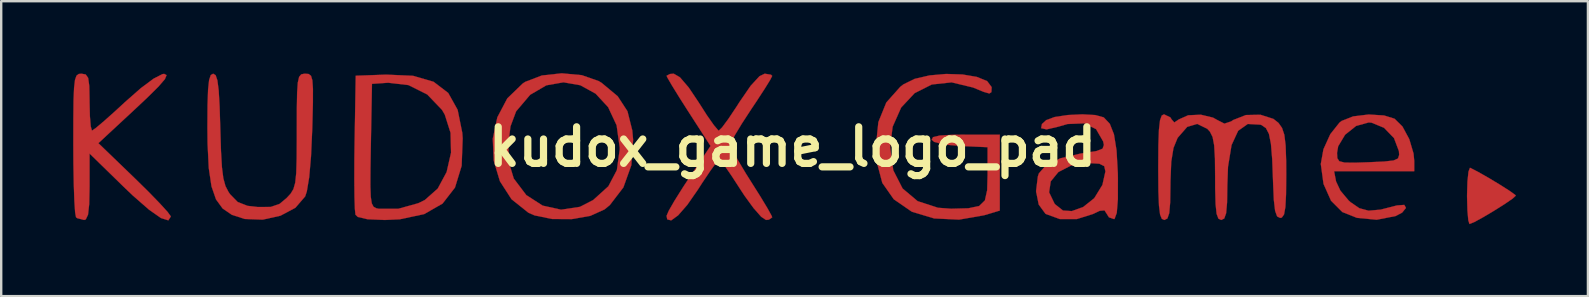
<source format=kicad_pcb>
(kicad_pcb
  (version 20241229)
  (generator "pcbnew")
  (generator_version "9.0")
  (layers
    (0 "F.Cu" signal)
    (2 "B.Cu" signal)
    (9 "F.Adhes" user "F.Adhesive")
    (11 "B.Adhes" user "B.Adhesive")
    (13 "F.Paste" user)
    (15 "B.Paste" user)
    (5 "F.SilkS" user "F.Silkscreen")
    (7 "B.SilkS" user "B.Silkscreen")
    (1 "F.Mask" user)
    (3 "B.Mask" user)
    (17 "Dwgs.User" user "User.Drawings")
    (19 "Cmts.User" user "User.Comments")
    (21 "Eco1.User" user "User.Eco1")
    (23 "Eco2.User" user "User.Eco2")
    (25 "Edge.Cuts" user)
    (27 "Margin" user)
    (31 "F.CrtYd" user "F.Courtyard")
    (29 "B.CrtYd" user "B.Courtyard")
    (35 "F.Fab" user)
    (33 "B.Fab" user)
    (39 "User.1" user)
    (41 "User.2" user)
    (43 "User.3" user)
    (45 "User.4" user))
  (footprint "kudox_game_logo_pad"
    (layer "F.Cu")
    (at 29.977 3.069)
    (property "Reference" "kudox_game_logo_pad" (at 0 0 0) (layer "F.SilkS") (effects (font (size 1.524 1.524) (thickness 0.3))))
    (attr through_hole)
    (fp_poly (pts (xy 28.238 0.875) (xy 28.562 1.04) (xy 29.003 1.291) (xy 29.47 1.572) (xy 29.869 1.826) (xy 30.11 1.998) (xy 30.141 2.035) (xy 30.009 2.156) (xy 29.675 2.385) (xy 29.234 2.663) (xy 28.78 2.933) (xy 28.407 3.137) (xy 28.21 3.217) (xy 28.161 3.062) (xy 28.125 2.654) (xy 28.109 2.077) (xy 28.109 2.018) (xy 28.126 1.44) (xy 28.169 1.032) (xy 28.23 0.874) (xy 28.238 0.875)) (stroke (width 0.01) (type solid)) (fill yes) (layer "F.Cu"))
    (fp_poly (pts (xy -15.815 -2.96) (xy -14.96 -2.712) (xy -14.348 -2.245) (xy -13.956 -1.542) (xy -13.763 -0.586) (xy -13.746 -0.356) (xy -13.789 0.792) (xy -14.066 1.696) (xy -14.584 2.364) (xy -15.35 2.803) (xy -16.37 3.02) (xy -16.992 3.048) (xy -17.714 3.017) (xy -18.117 2.921) (xy -18.213 2.83) (xy -18.238 2.594) (xy -18.255 2.081) (xy -18.259 1.622) (xy -17.593 1.622) (xy -17.576 2.081) (xy -17.534 2.356) (xy -17.459 2.499) (xy -17.344 2.56) (xy -17.234 2.583) (xy -16.433 2.582) (xy -15.598 2.35) (xy -15.325 2.217) (xy -14.785 1.739) (xy -14.415 1.051) (xy -14.231 0.245) (xy -14.251 -0.584) (xy -14.493 -1.345) (xy -14.608 -1.541) (xy -15.223 -2.182) (xy -16.005 -2.573) (xy -16.849 -2.671) (xy -17.526 -2.625) (xy -17.573 -0.055) (xy -17.589 0.927) (xy -17.593 1.622) (xy -18.259 1.622) (xy -18.262 1.353) (xy -18.259 0.473) (xy -18.25 -0.176) (xy -18.203 -2.963) (xy -16.933 -3.009) (xy -15.815 -2.96)) (stroke (width 0.01) (type solid)) (fill yes) (layer "F.Cu"))
    (fp_poly (pts (xy -8.781 -2.986) (xy -8.076 -2.74) (xy -7.957 -2.667) (xy -7.286 -2.108) (xy -6.879 -1.483) (xy -6.679 -0.687) (xy -6.643 -0.295) (xy -6.717 0.763) (xy -7.049 1.69) (xy -7.613 2.426) (xy -7.833 2.607) (xy -8.427 2.876) (xy -9.201 3.012) (xy -10.02 3.007) (xy -10.751 2.857) (xy -11.007 2.745) (xy -11.711 2.183) (xy -12.194 1.434) (xy -12.455 0.568) (xy -12.481 -0.073) (xy -11.85 -0.073) (xy -11.803 0.708) (xy -11.617 1.321) (xy -11.096 2.01) (xy -10.415 2.449) (xy -9.646 2.619) (xy -8.859 2.5) (xy -8.308 2.217) (xy -7.674 1.643) (xy -7.321 0.971) (xy -7.203 0.112) (xy -7.202 0.033) (xy -7.331 -0.897) (xy -7.684 -1.653) (xy -8.206 -2.216) (xy -8.845 -2.567) (xy -9.547 -2.689) (xy -10.261 -2.563) (xy -10.933 -2.17) (xy -11.51 -1.491) (xy -11.522 -1.472) (xy -11.754 -0.852) (xy -11.85 -0.073) (xy -12.481 -0.073) (xy -12.492 -0.344) (xy -12.302 -1.23) (xy -11.886 -2.02) (xy -11.241 -2.642) (xy -11.135 -2.71) (xy -10.447 -2.973) (xy -9.617 -3.064) (xy -8.781 -2.986)) (stroke (width 0.01) (type solid)) (fill yes) (layer "F.Cu"))
    (fp_poly (pts (xy 7.083 -3.015) (xy 7.679 -2.915) (xy 8.109 -2.74) (xy 8.295 -2.493) (xy 8.297 -2.46) (xy 8.287 -2.279) (xy 8.201 -2.223) (xy 7.958 -2.293) (xy 7.52 -2.473) (xy 6.63 -2.687) (xy 5.803 -2.598) (xy 5.087 -2.237) (xy 4.527 -1.639) (xy 4.172 -0.839) (xy 4.065 0) (xy 4.198 0.977) (xy 4.586 1.736) (xy 5.212 2.263) (xy 6.061 2.539) (xy 6.608 2.579) (xy 7.329 2.56) (xy 7.777 2.465) (xy 8.016 2.233) (xy 8.111 1.804) (xy 8.128 1.182) (xy 8.128 0.015) (xy 6.998 -0.035) (xy 6.314 -0.096) (xy 5.902 -0.205) (xy 5.799 -0.296) (xy 5.855 -0.405) (xy 6.136 -0.471) (xy 6.686 -0.503) (xy 7.183 -0.508) (xy 8.636 -0.508) (xy 8.636 2.656) (xy 7.981 2.852) (xy 6.941 3.033) (xy 5.902 2.984) (xy 4.991 2.71) (xy 4.957 2.694) (xy 4.219 2.185) (xy 3.741 1.502) (xy 3.505 0.609) (xy 3.471 0) (xy 3.577 -1.033) (xy 3.908 -1.848) (xy 4.489 -2.5) (xy 4.62 -2.602) (xy 5.091 -2.833) (xy 5.711 -2.977) (xy 6.401 -3.037) (xy 7.083 -3.015)) (stroke (width 0.01) (type solid)) (fill yes) (layer "F.Cu"))
    (fp_poly (pts (xy 24.653 -1.307) (xy 25.087 -1.172) (xy 25.417 -0.847) (xy 25.702 -0.319) (xy 25.879 0.279) (xy 25.908 0.587) (xy 25.908 1.016) (xy 22.568 1.016) (xy 22.65 1.441) (xy 22.831 1.827) (xy 23.173 2.234) (xy 23.252 2.305) (xy 23.622 2.559) (xy 24.006 2.661) (xy 24.504 2.617) (xy 25.188 2.442) (xy 25.495 2.419) (xy 25.563 2.546) (xy 25.405 2.74) (xy 25.135 2.883) (xy 24.343 3.038) (xy 23.521 2.96) (xy 22.913 2.718) (xy 22.44 2.245) (xy 22.127 1.544) (xy 22.014 0.714) (xy 22.097 0.253) (xy 22.691 0.253) (xy 22.702 0.473) (xy 22.785 0.6) (xy 23.007 0.656) (xy 23.441 0.661) (xy 24.003 0.642) (xy 24.661 0.612) (xy 25.048 0.568) (xy 25.232 0.484) (xy 25.28 0.335) (xy 25.269 0.176) (xy 25.064 -0.365) (xy 24.649 -0.793) (xy 24.13 -1.007) (xy 24.008 -1.016) (xy 23.486 -0.871) (xy 23.027 -0.506) (xy 22.738 -0.024) (xy 22.691 0.253) (xy 22.097 0.253) (xy 22.125 0.1) (xy 22.41 -0.527) (xy 22.791 -1.008) (xy 22.88 -1.079) (xy 23.363 -1.269) (xy 24.007 -1.347) (xy 24.653 -1.307)) (stroke (width 0.01) (type solid)) (fill yes) (layer "F.Cu"))
    (fp_poly (pts (xy -29.455 -3.016) (xy -29.353 -2.872) (xy -29.307 -2.543) (xy -29.295 -1.957) (xy -29.295 -1.863) (xy -29.281 -1.278) (xy -29.246 -0.855) (xy -29.196 -0.678) (xy -29.192 -0.677) (xy -29.033 -0.786) (xy -28.685 -1.079) (xy -28.206 -1.507) (xy -27.82 -1.863) (xy -27.161 -2.443) (xy -26.626 -2.842) (xy -26.259 -3.03) (xy -26.187 -3.041) (xy -26.085 -2.989) (xy -26.155 -2.822) (xy -26.422 -2.512) (xy -26.909 -2.031) (xy -27.375 -1.593) (xy -28.927 -0.153) (xy -27.417 1.303) (xy -26.84 1.87) (xy -26.365 2.359) (xy -26.039 2.718) (xy -25.909 2.898) (xy -25.908 2.903) (xy -26.012 3.064) (xy -26.318 2.968) (xy -26.815 2.621) (xy -27.493 2.029) (xy -27.876 1.663) (xy -29.295 0.279) (xy -29.295 1.663) (xy -29.31 2.39) (xy -29.359 2.827) (xy -29.452 3.024) (xy -29.52 3.048) (xy -29.808 2.973) (xy -29.859 2.935) (xy -29.896 2.737) (xy -29.928 2.257) (xy -29.952 1.553) (xy -29.968 0.682) (xy -29.972 -0.113) (xy -29.97 -1.173) (xy -29.962 -1.942) (xy -29.94 -2.466) (xy -29.901 -2.791) (xy -29.839 -2.966) (xy -29.748 -3.036) (xy -29.633 -3.048) (xy -29.455 -3.016)) (stroke (width 0.01) (type solid)) (fill yes) (layer "F.Cu"))
    (fp_poly (pts (xy -24.041 -2.986) (xy -23.967 -2.767) (xy -23.913 -2.347) (xy -23.875 -1.678) (xy -23.847 -0.774) (xy -23.818 0.173) (xy -23.779 0.846) (xy -23.72 1.311) (xy -23.631 1.635) (xy -23.503 1.882) (xy -23.436 1.978) (xy -23.121 2.3) (xy -22.715 2.458) (xy -22.294 2.507) (xy -21.747 2.505) (xy -21.377 2.378) (xy -21.084 2.134) (xy -20.915 1.952) (xy -20.799 1.759) (xy -20.724 1.494) (xy -20.682 1.093) (xy -20.664 0.497) (xy -20.659 -0.359) (xy -20.659 -0.67) (xy -20.657 -1.609) (xy -20.645 -2.261) (xy -20.616 -2.679) (xy -20.562 -2.915) (xy -20.475 -3.02) (xy -20.348 -3.047) (xy -20.304 -3.048) (xy -20.163 -3.035) (xy -20.067 -2.961) (xy -20.01 -2.773) (xy -19.986 -2.418) (xy -19.987 -1.845) (xy -20.008 -0.999) (xy -20.016 -0.72) (xy -20.066 0.395) (xy -20.142 1.266) (xy -20.241 1.858) (xy -20.31 2.066) (xy -20.717 2.539) (xy -21.34 2.87) (xy -22.079 3.034) (xy -22.832 3.006) (xy -23.368 2.831) (xy -23.748 2.571) (xy -24.025 2.191) (xy -24.214 1.645) (xy -24.327 0.885) (xy -24.377 -0.138) (xy -24.384 -0.804) (xy -24.378 -1.739) (xy -24.356 -2.383) (xy -24.313 -2.784) (xy -24.244 -2.99) (xy -24.143 -3.048) (xy -24.143 -3.048) (xy -24.041 -2.986)) (stroke (width 0.01) (type solid)) (fill yes) (layer "F.Cu"))
    (fp_poly (pts (xy -0.898 -3.006) (xy -0.847 -2.956) (xy -0.935 -2.784) (xy -1.173 -2.4) (xy -1.518 -1.872) (xy -1.722 -1.567) (xy -2.106 -0.978) (xy -2.405 -0.485) (xy -2.574 -0.16) (xy -2.596 -0.085) (xy -2.51 0.13) (xy -2.277 0.555) (xy -1.94 1.118) (xy -1.722 1.464) (xy -1.345 2.062) (xy -1.049 2.552) (xy -0.876 2.865) (xy -0.847 2.938) (xy -0.985 3.035) (xy -1.105 3.048) (xy -1.307 2.913) (xy -1.624 2.553) (xy -2.002 2.034) (xy -2.164 1.787) (xy -2.529 1.224) (xy -2.828 0.788) (xy -3.014 0.546) (xy -3.048 0.517) (xy -3.17 0.646) (xy -3.426 0.999) (xy -3.769 1.51) (xy -3.941 1.778) (xy -4.386 2.418) (xy -4.768 2.855) (xy -5.057 3.065) (xy -5.222 3.023) (xy -5.249 2.874) (xy -5.16 2.667) (xy -4.921 2.25) (xy -4.572 1.695) (xy -4.333 1.332) (xy -3.417 -0.036) (xy -4.333 -1.456) (xy -4.72 -2.063) (xy -5.026 -2.559) (xy -5.212 -2.879) (xy -5.249 -2.962) (xy -5.109 -3.035) (xy -4.95 -3.048) (xy -4.692 -2.898) (xy -4.326 -2.471) (xy -3.918 -1.863) (xy -3.569 -1.317) (xy -3.279 -0.904) (xy -3.099 -0.692) (xy -3.072 -0.677) (xy -2.935 -0.811) (xy -2.672 -1.166) (xy -2.332 -1.676) (xy -2.213 -1.863) (xy -1.745 -2.544) (xy -1.377 -2.943) (xy -1.158 -3.048) (xy -0.898 -3.006)) (stroke (width 0.01) (type solid)) (fill yes) (layer "F.Cu"))
    (fp_poly (pts (xy 12.62 -1.324) (xy 12.967 -1.228) (xy 12.971 -1.225) (xy 13.222 -0.959) (xy 13.395 -0.52) (xy 13.502 0.144) (xy 13.555 1.084) (xy 13.559 1.274) (xy 13.558 2.177) (xy 13.512 2.75) (xy 13.42 3.001) (xy 13.401 3.012) (xy 13.185 2.937) (xy 13.107 2.812) (xy 13.001 2.648) (xy 12.803 2.665) (xy 12.523 2.798) (xy 11.845 3.011) (xy 11.143 3.011) (xy 10.558 2.799) (xy 10.536 2.784) (xy 10.259 2.405) (xy 10.157 1.896) (xy 10.692 1.896) (xy 10.917 2.364) (xy 10.948 2.4) (xy 11.27 2.654) (xy 11.638 2.678) (xy 12.112 2.507) (xy 12.573 2.14) (xy 12.913 1.587) (xy 13.039 1.024) (xy 12.99 0.805) (xy 12.784 0.703) (xy 12.335 0.677) (xy 12.3 0.677) (xy 11.604 0.78) (xy 11.077 1.052) (xy 10.759 1.441) (xy 10.692 1.896) (xy 10.157 1.896) (xy 10.148 1.847) (xy 10.222 1.238) (xy 10.265 1.108) (xy 10.569 0.76) (xy 11.164 0.477) (xy 12.007 0.279) (xy 12.156 0.257) (xy 12.671 0.174) (xy 12.92 0.076) (xy 12.976 -0.079) (xy 12.943 -0.228) (xy 12.649 -0.738) (xy 12.152 -0.979) (xy 11.46 -0.951) (xy 11.023 -0.827) (xy 10.586 -0.727) (xy 10.361 -0.778) (xy 10.393 -0.95) (xy 10.574 -1.115) (xy 10.921 -1.243) (xy 11.466 -1.325) (xy 12.076 -1.354) (xy 12.62 -1.324)) (stroke (width 0.01) (type solid)) (fill yes) (layer "F.Cu"))
    (fp_poly (pts (xy 15.746 -1.227) (xy 15.797 -1.143) (xy 15.91 -1.016) (xy 16.099 -1.143) (xy 16.486 -1.315) (xy 17.014 -1.339) (xy 17.524 -1.217) (xy 17.701 -1.118) (xy 17.998 -0.967) (xy 18.278 -1.06) (xy 18.364 -1.118) (xy 18.891 -1.325) (xy 19.499 -1.337) (xy 20.039 -1.165) (xy 20.251 -0.998) (xy 20.399 -0.788) (xy 20.495 -0.501) (xy 20.548 -0.065) (xy 20.571 0.591) (xy 20.574 1.161) (xy 20.566 1.979) (xy 20.538 2.513) (xy 20.482 2.818) (xy 20.391 2.947) (xy 20.32 2.963) (xy 20.194 2.899) (xy 20.11 2.667) (xy 20.057 2.212) (xy 20.025 1.477) (xy 20.024 1.439) (xy 19.989 0.515) (xy 19.936 -0.126) (xy 19.853 -0.54) (xy 19.727 -0.781) (xy 19.547 -0.906) (xy 19.497 -0.924) (xy 18.971 -0.953) (xy 18.57 -0.669) (xy 18.295 -0.073) (xy 18.147 0.833) (xy 18.119 1.6) (xy 18.108 2.322) (xy 18.069 2.765) (xy 17.991 2.987) (xy 17.865 3.048) (xy 17.748 2.993) (xy 17.672 2.792) (xy 17.63 2.389) (xy 17.612 1.729) (xy 17.611 1.296) (xy 17.603 0.484) (xy 17.571 -0.062) (xy 17.505 -0.41) (xy 17.393 -0.634) (xy 17.284 -0.751) (xy 16.865 -0.956) (xy 16.447 -0.832) (xy 16.056 -0.385) (xy 16.039 -0.355) (xy 15.875 0.048) (xy 15.782 0.619) (xy 15.749 1.437) (xy 15.748 1.592) (xy 15.737 2.317) (xy 15.699 2.761) (xy 15.621 2.986) (xy 15.496 3.048) (xy 15.494 3.048) (xy 15.388 2.999) (xy 15.316 2.818) (xy 15.271 2.456) (xy 15.247 1.862) (xy 15.24 0.987) (xy 15.24 0.847) (xy 15.246 -0.079) (xy 15.269 -0.714) (xy 15.314 -1.106) (xy 15.385 -1.304) (xy 15.48 -1.355) (xy 15.746 -1.227)) (stroke (width 0.01) (type solid)) (fill yes) (layer "F.Cu"))
    (fp_poly (pts (xy 28.238 0.875) (xy 28.562 1.04) (xy 29.003 1.291) (xy 29.47 1.572) (xy 29.869 1.826) (xy 30.11 1.998) (xy 30.141 2.035) (xy 30.009 2.156) (xy 29.675 2.385) (xy 29.234 2.663) (xy 28.78 2.933) (xy 28.407 3.137) (xy 28.21 3.217) (xy 28.161 3.062) (xy 28.125 2.654) (xy 28.109 2.077) (xy 28.109 2.018) (xy 28.126 1.44) (xy 28.169 1.032) (xy 28.23 0.874) (xy 28.238 0.875)) (stroke (width 0.01) (type solid)) (fill yes) (layer "F.Mask"))
    (fp_poly (pts (xy -15.815 -2.96) (xy -14.96 -2.712) (xy -14.348 -2.245) (xy -13.956 -1.542) (xy -13.763 -0.586) (xy -13.746 -0.356) (xy -13.789 0.792) (xy -14.066 1.696) (xy -14.584 2.364) (xy -15.35 2.803) (xy -16.37 3.02) (xy -16.992 3.048) (xy -17.714 3.017) (xy -18.117 2.921) (xy -18.213 2.83) (xy -18.238 2.594) (xy -18.255 2.081) (xy -18.259 1.622) (xy -17.593 1.622) (xy -17.576 2.081) (xy -17.534 2.356) (xy -17.459 2.499) (xy -17.344 2.56) (xy -17.234 2.583) (xy -16.433 2.582) (xy -15.598 2.35) (xy -15.325 2.217) (xy -14.785 1.739) (xy -14.415 1.051) (xy -14.231 0.245) (xy -14.251 -0.584) (xy -14.493 -1.345) (xy -14.608 -1.541) (xy -15.223 -2.182) (xy -16.005 -2.573) (xy -16.849 -2.671) (xy -17.526 -2.625) (xy -17.573 -0.055) (xy -17.589 0.927) (xy -17.593 1.622) (xy -18.259 1.622) (xy -18.262 1.353) (xy -18.259 0.473) (xy -18.25 -0.176) (xy -18.203 -2.963) (xy -16.933 -3.009) (xy -15.815 -2.96)) (stroke (width 0.01) (type solid)) (fill yes) (layer "F.Mask"))
    (fp_poly (pts (xy -8.781 -2.986) (xy -8.076 -2.74) (xy -7.957 -2.667) (xy -7.286 -2.108) (xy -6.879 -1.483) (xy -6.679 -0.687) (xy -6.643 -0.295) (xy -6.717 0.763) (xy -7.049 1.69) (xy -7.613 2.426) (xy -7.833 2.607) (xy -8.427 2.876) (xy -9.201 3.012) (xy -10.02 3.007) (xy -10.751 2.857) (xy -11.007 2.745) (xy -11.711 2.183) (xy -12.194 1.434) (xy -12.455 0.568) (xy -12.481 -0.073) (xy -11.85 -0.073) (xy -11.803 0.708) (xy -11.617 1.321) (xy -11.096 2.01) (xy -10.415 2.449) (xy -9.646 2.619) (xy -8.859 2.5) (xy -8.308 2.217) (xy -7.674 1.643) (xy -7.321 0.971) (xy -7.203 0.112) (xy -7.202 0.033) (xy -7.331 -0.897) (xy -7.684 -1.653) (xy -8.206 -2.216) (xy -8.845 -2.567) (xy -9.547 -2.689) (xy -10.261 -2.563) (xy -10.933 -2.17) (xy -11.51 -1.491) (xy -11.522 -1.472) (xy -11.754 -0.852) (xy -11.85 -0.073) (xy -12.481 -0.073) (xy -12.492 -0.344) (xy -12.302 -1.23) (xy -11.886 -2.02) (xy -11.241 -2.642) (xy -11.135 -2.71) (xy -10.447 -2.973) (xy -9.617 -3.064) (xy -8.781 -2.986)) (stroke (width 0.01) (type solid)) (fill yes) (layer "F.Mask"))
    (fp_poly (pts (xy 7.083 -3.015) (xy 7.679 -2.915) (xy 8.109 -2.74) (xy 8.295 -2.493) (xy 8.297 -2.46) (xy 8.287 -2.279) (xy 8.201 -2.223) (xy 7.958 -2.293) (xy 7.52 -2.473) (xy 6.63 -2.687) (xy 5.803 -2.598) (xy 5.087 -2.237) (xy 4.527 -1.639) (xy 4.172 -0.839) (xy 4.065 0) (xy 4.198 0.977) (xy 4.586 1.736) (xy 5.212 2.263) (xy 6.061 2.539) (xy 6.608 2.579) (xy 7.329 2.56) (xy 7.777 2.465) (xy 8.016 2.233) (xy 8.111 1.804) (xy 8.128 1.182) (xy 8.128 0.015) (xy 6.998 -0.035) (xy 6.314 -0.096) (xy 5.902 -0.205) (xy 5.799 -0.296) (xy 5.855 -0.405) (xy 6.136 -0.471) (xy 6.686 -0.503) (xy 7.183 -0.508) (xy 8.636 -0.508) (xy 8.636 2.656) (xy 7.981 2.852) (xy 6.941 3.033) (xy 5.902 2.984) (xy 4.991 2.71) (xy 4.957 2.694) (xy 4.219 2.185) (xy 3.741 1.502) (xy 3.505 0.609) (xy 3.471 0) (xy 3.577 -1.033) (xy 3.908 -1.848) (xy 4.489 -2.5) (xy 4.62 -2.602) (xy 5.091 -2.833) (xy 5.711 -2.977) (xy 6.401 -3.037) (xy 7.083 -3.015)) (stroke (width 0.01) (type solid)) (fill yes) (layer "F.Mask"))
    (fp_poly (pts (xy 24.653 -1.307) (xy 25.087 -1.172) (xy 25.417 -0.847) (xy 25.702 -0.319) (xy 25.879 0.279) (xy 25.908 0.587) (xy 25.908 1.016) (xy 22.568 1.016) (xy 22.65 1.441) (xy 22.831 1.827) (xy 23.173 2.234) (xy 23.252 2.305) (xy 23.622 2.559) (xy 24.006 2.661) (xy 24.504 2.617) (xy 25.188 2.442) (xy 25.495 2.419) (xy 25.563 2.546) (xy 25.405 2.74) (xy 25.135 2.883) (xy 24.343 3.038) (xy 23.521 2.96) (xy 22.913 2.718) (xy 22.44 2.245) (xy 22.127 1.544) (xy 22.014 0.714) (xy 22.097 0.253) (xy 22.691 0.253) (xy 22.702 0.473) (xy 22.785 0.6) (xy 23.007 0.656) (xy 23.441 0.661) (xy 24.003 0.642) (xy 24.661 0.612) (xy 25.048 0.568) (xy 25.232 0.484) (xy 25.28 0.335) (xy 25.269 0.176) (xy 25.064 -0.365) (xy 24.649 -0.793) (xy 24.13 -1.007) (xy 24.008 -1.016) (xy 23.486 -0.871) (xy 23.027 -0.506) (xy 22.738 -0.024) (xy 22.691 0.253) (xy 22.097 0.253) (xy 22.125 0.1) (xy 22.41 -0.527) (xy 22.791 -1.008) (xy 22.88 -1.079) (xy 23.363 -1.269) (xy 24.007 -1.347) (xy 24.653 -1.307)) (stroke (width 0.01) (type solid)) (fill yes) (layer "F.Mask"))
    (fp_poly (pts (xy -29.455 -3.016) (xy -29.353 -2.872) (xy -29.307 -2.543) (xy -29.295 -1.957) (xy -29.295 -1.863) (xy -29.281 -1.278) (xy -29.246 -0.855) (xy -29.196 -0.678) (xy -29.192 -0.677) (xy -29.033 -0.786) (xy -28.685 -1.079) (xy -28.206 -1.507) (xy -27.82 -1.863) (xy -27.161 -2.443) (xy -26.626 -2.842) (xy -26.259 -3.03) (xy -26.187 -3.041) (xy -26.085 -2.989) (xy -26.155 -2.822) (xy -26.422 -2.512) (xy -26.909 -2.031) (xy -27.375 -1.593) (xy -28.927 -0.153) (xy -27.417 1.303) (xy -26.84 1.87) (xy -26.365 2.359) (xy -26.039 2.718) (xy -25.909 2.898) (xy -25.908 2.903) (xy -26.012 3.064) (xy -26.318 2.968) (xy -26.815 2.621) (xy -27.493 2.029) (xy -27.876 1.663) (xy -29.295 0.279) (xy -29.295 1.663) (xy -29.31 2.39) (xy -29.359 2.827) (xy -29.452 3.024) (xy -29.52 3.048) (xy -29.808 2.973) (xy -29.859 2.935) (xy -29.896 2.737) (xy -29.928 2.257) (xy -29.952 1.553) (xy -29.968 0.682) (xy -29.972 -0.113) (xy -29.97 -1.173) (xy -29.962 -1.942) (xy -29.94 -2.466) (xy -29.901 -2.791) (xy -29.839 -2.966) (xy -29.748 -3.036) (xy -29.633 -3.048) (xy -29.455 -3.016)) (stroke (width 0.01) (type solid)) (fill yes) (layer "F.Mask"))
    (fp_poly (pts (xy -24.041 -2.986) (xy -23.967 -2.767) (xy -23.913 -2.347) (xy -23.875 -1.678) (xy -23.847 -0.774) (xy -23.818 0.173) (xy -23.779 0.846) (xy -23.72 1.311) (xy -23.631 1.635) (xy -23.503 1.882) (xy -23.436 1.978) (xy -23.121 2.3) (xy -22.715 2.458) (xy -22.294 2.507) (xy -21.747 2.505) (xy -21.377 2.378) (xy -21.084 2.134) (xy -20.915 1.952) (xy -20.799 1.759) (xy -20.724 1.494) (xy -20.682 1.093) (xy -20.664 0.497) (xy -20.659 -0.359) (xy -20.659 -0.67) (xy -20.657 -1.609) (xy -20.645 -2.261) (xy -20.616 -2.679) (xy -20.562 -2.915) (xy -20.475 -3.02) (xy -20.348 -3.047) (xy -20.304 -3.048) (xy -20.163 -3.035) (xy -20.067 -2.961) (xy -20.01 -2.773) (xy -19.986 -2.418) (xy -19.987 -1.845) (xy -20.008 -0.999) (xy -20.016 -0.72) (xy -20.066 0.395) (xy -20.142 1.266) (xy -20.241 1.858) (xy -20.31 2.066) (xy -20.717 2.539) (xy -21.34 2.87) (xy -22.079 3.034) (xy -22.832 3.006) (xy -23.368 2.831) (xy -23.748 2.571) (xy -24.025 2.191) (xy -24.214 1.645) (xy -24.327 0.885) (xy -24.377 -0.138) (xy -24.384 -0.804) (xy -24.378 -1.739) (xy -24.356 -2.383) (xy -24.313 -2.784) (xy -24.244 -2.99) (xy -24.143 -3.048) (xy -24.143 -3.048) (xy -24.041 -2.986)) (stroke (width 0.01) (type solid)) (fill yes) (layer "F.Mask"))
    (fp_poly (pts (xy -0.898 -3.006) (xy -0.847 -2.956) (xy -0.935 -2.784) (xy -1.173 -2.4) (xy -1.518 -1.872) (xy -1.722 -1.567) (xy -2.106 -0.978) (xy -2.405 -0.485) (xy -2.574 -0.16) (xy -2.596 -0.085) (xy -2.51 0.13) (xy -2.277 0.555) (xy -1.94 1.118) (xy -1.722 1.464) (xy -1.345 2.062) (xy -1.049 2.552) (xy -0.876 2.865) (xy -0.847 2.938) (xy -0.985 3.035) (xy -1.105 3.048) (xy -1.307 2.913) (xy -1.624 2.553) (xy -2.002 2.034) (xy -2.164 1.787) (xy -2.529 1.224) (xy -2.828 0.788) (xy -3.014 0.546) (xy -3.048 0.517) (xy -3.17 0.646) (xy -3.426 0.999) (xy -3.769 1.51) (xy -3.941 1.778) (xy -4.386 2.418) (xy -4.768 2.855) (xy -5.057 3.065) (xy -5.222 3.023) (xy -5.249 2.874) (xy -5.16 2.667) (xy -4.921 2.25) (xy -4.572 1.695) (xy -4.333 1.332) (xy -3.417 -0.036) (xy -4.333 -1.456) (xy -4.72 -2.063) (xy -5.026 -2.559) (xy -5.212 -2.879) (xy -5.249 -2.962) (xy -5.109 -3.035) (xy -4.95 -3.048) (xy -4.692 -2.898) (xy -4.326 -2.471) (xy -3.918 -1.863) (xy -3.569 -1.317) (xy -3.279 -0.904) (xy -3.099 -0.692) (xy -3.072 -0.677) (xy -2.935 -0.811) (xy -2.672 -1.166) (xy -2.332 -1.676) (xy -2.213 -1.863) (xy -1.745 -2.544) (xy -1.377 -2.943) (xy -1.158 -3.048) (xy -0.898 -3.006)) (stroke (width 0.01) (type solid)) (fill yes) (layer "F.Mask"))
    (fp_poly (pts (xy 12.62 -1.324) (xy 12.967 -1.228) (xy 12.971 -1.225) (xy 13.222 -0.959) (xy 13.395 -0.52) (xy 13.502 0.144) (xy 13.555 1.084) (xy 13.559 1.274) (xy 13.558 2.177) (xy 13.512 2.75) (xy 13.42 3.001) (xy 13.401 3.012) (xy 13.185 2.937) (xy 13.107 2.812) (xy 13.001 2.648) (xy 12.803 2.665) (xy 12.523 2.798) (xy 11.845 3.011) (xy 11.143 3.011) (xy 10.558 2.799) (xy 10.536 2.784) (xy 10.259 2.405) (xy 10.157 1.896) (xy 10.692 1.896) (xy 10.917 2.364) (xy 10.948 2.4) (xy 11.27 2.654) (xy 11.638 2.678) (xy 12.112 2.507) (xy 12.573 2.14) (xy 12.913 1.587) (xy 13.039 1.024) (xy 12.99 0.805) (xy 12.784 0.703) (xy 12.335 0.677) (xy 12.3 0.677) (xy 11.604 0.78) (xy 11.077 1.052) (xy 10.759 1.441) (xy 10.692 1.896) (xy 10.157 1.896) (xy 10.148 1.847) (xy 10.222 1.238) (xy 10.265 1.108) (xy 10.569 0.76) (xy 11.164 0.477) (xy 12.007 0.279) (xy 12.156 0.257) (xy 12.671 0.174) (xy 12.92 0.076) (xy 12.976 -0.079) (xy 12.943 -0.228) (xy 12.649 -0.738) (xy 12.152 -0.979) (xy 11.46 -0.951) (xy 11.023 -0.827) (xy 10.586 -0.727) (xy 10.361 -0.778) (xy 10.393 -0.95) (xy 10.574 -1.115) (xy 10.921 -1.243) (xy 11.466 -1.325) (xy 12.076 -1.354) (xy 12.62 -1.324)) (stroke (width 0.01) (type solid)) (fill yes) (layer "F.Mask"))
    (fp_poly (pts (xy 15.746 -1.227) (xy 15.797 -1.143) (xy 15.91 -1.016) (xy 16.099 -1.143) (xy 16.486 -1.315) (xy 17.014 -1.339) (xy 17.524 -1.217) (xy 17.701 -1.118) (xy 17.998 -0.967) (xy 18.278 -1.06) (xy 18.364 -1.118) (xy 18.891 -1.325) (xy 19.499 -1.337) (xy 20.039 -1.165) (xy 20.251 -0.998) (xy 20.399 -0.788) (xy 20.495 -0.501) (xy 20.548 -0.065) (xy 20.571 0.591) (xy 20.574 1.161) (xy 20.566 1.979) (xy 20.538 2.513) (xy 20.482 2.818) (xy 20.391 2.947) (xy 20.32 2.963) (xy 20.194 2.899) (xy 20.11 2.667) (xy 20.057 2.212) (xy 20.025 1.477) (xy 20.024 1.439) (xy 19.989 0.515) (xy 19.936 -0.126) (xy 19.853 -0.54) (xy 19.727 -0.781) (xy 19.547 -0.906) (xy 19.497 -0.924) (xy 18.971 -0.953) (xy 18.57 -0.669) (xy 18.295 -0.073) (xy 18.147 0.833) (xy 18.119 1.6) (xy 18.108 2.322) (xy 18.069 2.765) (xy 17.991 2.987) (xy 17.865 3.048) (xy 17.748 2.993) (xy 17.672 2.792) (xy 17.63 2.389) (xy 17.612 1.729) (xy 17.611 1.296) (xy 17.603 0.484) (xy 17.571 -0.062) (xy 17.505 -0.41) (xy 17.393 -0.634) (xy 17.284 -0.751) (xy 16.865 -0.956) (xy 16.447 -0.832) (xy 16.056 -0.385) (xy 16.039 -0.355) (xy 15.875 0.048) (xy 15.782 0.619) (xy 15.749 1.437) (xy 15.748 1.592) (xy 15.737 2.317) (xy 15.699 2.761) (xy 15.621 2.986) (xy 15.496 3.048) (xy 15.494 3.048) (xy 15.388 2.999) (xy 15.316 2.818) (xy 15.271 2.456) (xy 15.247 1.862) (xy 15.24 0.987) (xy 15.24 0.847) (xy 15.246 -0.079) (xy 15.269 -0.714) (xy 15.314 -1.106) (xy 15.385 -1.304) (xy 15.48 -1.355) (xy 15.746 -1.227)) (stroke (width 0.01) (type solid)) (fill yes) (layer "F.Mask"))
    (fp_poly (pts (xy 28.238 0.875) (xy 28.562 1.04) (xy 29.003 1.291) (xy 29.47 1.572) (xy 29.869 1.826) (xy 30.11 1.998) (xy 30.141 2.035) (xy 30.009 2.156) (xy 29.675 2.385) (xy 29.234 2.663) (xy 28.78 2.933) (xy 28.407 3.137) (xy 28.21 3.217) (xy 28.161 3.062) (xy 28.125 2.654) (xy 28.109 2.077) (xy 28.109 2.018) (xy 28.126 1.44) (xy 28.169 1.032) (xy 28.23 0.874) (xy 28.238 0.875)) (stroke (width 0.01) (type solid)) (fill yes) (layer "F.Paste"))
    (fp_poly (pts (xy -15.815 -2.96) (xy -14.96 -2.712) (xy -14.348 -2.245) (xy -13.956 -1.542) (xy -13.763 -0.586) (xy -13.746 -0.356) (xy -13.789 0.792) (xy -14.066 1.696) (xy -14.584 2.364) (xy -15.35 2.803) (xy -16.37 3.02) (xy -16.992 3.048) (xy -17.714 3.017) (xy -18.117 2.921) (xy -18.213 2.83) (xy -18.238 2.594) (xy -18.255 2.081) (xy -18.259 1.622) (xy -17.593 1.622) (xy -17.576 2.081) (xy -17.534 2.356) (xy -17.459 2.499) (xy -17.344 2.56) (xy -17.234 2.583) (xy -16.433 2.582) (xy -15.598 2.35) (xy -15.325 2.217) (xy -14.785 1.739) (xy -14.415 1.051) (xy -14.231 0.245) (xy -14.251 -0.584) (xy -14.493 -1.345) (xy -14.608 -1.541) (xy -15.223 -2.182) (xy -16.005 -2.573) (xy -16.849 -2.671) (xy -17.526 -2.625) (xy -17.573 -0.055) (xy -17.589 0.927) (xy -17.593 1.622) (xy -18.259 1.622) (xy -18.262 1.353) (xy -18.259 0.473) (xy -18.25 -0.176) (xy -18.203 -2.963) (xy -16.933 -3.009) (xy -15.815 -2.96)) (stroke (width 0.01) (type solid)) (fill yes) (layer "F.Paste"))
    (fp_poly (pts (xy -8.781 -2.986) (xy -8.076 -2.74) (xy -7.957 -2.667) (xy -7.286 -2.108) (xy -6.879 -1.483) (xy -6.679 -0.687) (xy -6.643 -0.295) (xy -6.717 0.763) (xy -7.049 1.69) (xy -7.613 2.426) (xy -7.833 2.607) (xy -8.427 2.876) (xy -9.201 3.012) (xy -10.02 3.007) (xy -10.751 2.857) (xy -11.007 2.745) (xy -11.711 2.183) (xy -12.194 1.434) (xy -12.455 0.568) (xy -12.481 -0.073) (xy -11.85 -0.073) (xy -11.803 0.708) (xy -11.617 1.321) (xy -11.096 2.01) (xy -10.415 2.449) (xy -9.646 2.619) (xy -8.859 2.5) (xy -8.308 2.217) (xy -7.674 1.643) (xy -7.321 0.971) (xy -7.203 0.112) (xy -7.202 0.033) (xy -7.331 -0.897) (xy -7.684 -1.653) (xy -8.206 -2.216) (xy -8.845 -2.567) (xy -9.547 -2.689) (xy -10.261 -2.563) (xy -10.933 -2.17) (xy -11.51 -1.491) (xy -11.522 -1.472) (xy -11.754 -0.852) (xy -11.85 -0.073) (xy -12.481 -0.073) (xy -12.492 -0.344) (xy -12.302 -1.23) (xy -11.886 -2.02) (xy -11.241 -2.642) (xy -11.135 -2.71) (xy -10.447 -2.973) (xy -9.617 -3.064) (xy -8.781 -2.986)) (stroke (width 0.01) (type solid)) (fill yes) (layer "F.Paste"))
    (fp_poly (pts (xy 7.083 -3.015) (xy 7.679 -2.915) (xy 8.109 -2.74) (xy 8.295 -2.493) (xy 8.297 -2.46) (xy 8.287 -2.279) (xy 8.201 -2.223) (xy 7.958 -2.293) (xy 7.52 -2.473) (xy 6.63 -2.687) (xy 5.803 -2.598) (xy 5.087 -2.237) (xy 4.527 -1.639) (xy 4.172 -0.839) (xy 4.065 0) (xy 4.198 0.977) (xy 4.586 1.736) (xy 5.212 2.263) (xy 6.061 2.539) (xy 6.608 2.579) (xy 7.329 2.56) (xy 7.777 2.465) (xy 8.016 2.233) (xy 8.111 1.804) (xy 8.128 1.182) (xy 8.128 0.015) (xy 6.998 -0.035) (xy 6.314 -0.096) (xy 5.902 -0.205) (xy 5.799 -0.296) (xy 5.855 -0.405) (xy 6.136 -0.471) (xy 6.686 -0.503) (xy 7.183 -0.508) (xy 8.636 -0.508) (xy 8.636 2.656) (xy 7.981 2.852) (xy 6.941 3.033) (xy 5.902 2.984) (xy 4.991 2.71) (xy 4.957 2.694) (xy 4.219 2.185) (xy 3.741 1.502) (xy 3.505 0.609) (xy 3.471 0) (xy 3.577 -1.033) (xy 3.908 -1.848) (xy 4.489 -2.5) (xy 4.62 -2.602) (xy 5.091 -2.833) (xy 5.711 -2.977) (xy 6.401 -3.037) (xy 7.083 -3.015)) (stroke (width 0.01) (type solid)) (fill yes) (layer "F.Paste"))
    (fp_poly (pts (xy 24.653 -1.307) (xy 25.087 -1.172) (xy 25.417 -0.847) (xy 25.702 -0.319) (xy 25.879 0.279) (xy 25.908 0.587) (xy 25.908 1.016) (xy 22.568 1.016) (xy 22.65 1.441) (xy 22.831 1.827) (xy 23.173 2.234) (xy 23.252 2.305) (xy 23.622 2.559) (xy 24.006 2.661) (xy 24.504 2.617) (xy 25.188 2.442) (xy 25.495 2.419) (xy 25.563 2.546) (xy 25.405 2.74) (xy 25.135 2.883) (xy 24.343 3.038) (xy 23.521 2.96) (xy 22.913 2.718) (xy 22.44 2.245) (xy 22.127 1.544) (xy 22.014 0.714) (xy 22.097 0.253) (xy 22.691 0.253) (xy 22.702 0.473) (xy 22.785 0.6) (xy 23.007 0.656) (xy 23.441 0.661) (xy 24.003 0.642) (xy 24.661 0.612) (xy 25.048 0.568) (xy 25.232 0.484) (xy 25.28 0.335) (xy 25.269 0.176) (xy 25.064 -0.365) (xy 24.649 -0.793) (xy 24.13 -1.007) (xy 24.008 -1.016) (xy 23.486 -0.871) (xy 23.027 -0.506) (xy 22.738 -0.024) (xy 22.691 0.253) (xy 22.097 0.253) (xy 22.125 0.1) (xy 22.41 -0.527) (xy 22.791 -1.008) (xy 22.88 -1.079) (xy 23.363 -1.269) (xy 24.007 -1.347) (xy 24.653 -1.307)) (stroke (width 0.01) (type solid)) (fill yes) (layer "F.Paste"))
    (fp_poly (pts (xy -29.455 -3.016) (xy -29.353 -2.872) (xy -29.307 -2.543) (xy -29.295 -1.957) (xy -29.295 -1.863) (xy -29.281 -1.278) (xy -29.246 -0.855) (xy -29.196 -0.678) (xy -29.192 -0.677) (xy -29.033 -0.786) (xy -28.685 -1.079) (xy -28.206 -1.507) (xy -27.82 -1.863) (xy -27.161 -2.443) (xy -26.626 -2.842) (xy -26.259 -3.03) (xy -26.187 -3.041) (xy -26.085 -2.989) (xy -26.155 -2.822) (xy -26.422 -2.512) (xy -26.909 -2.031) (xy -27.375 -1.593) (xy -28.927 -0.153) (xy -27.417 1.303) (xy -26.84 1.87) (xy -26.365 2.359) (xy -26.039 2.718) (xy -25.909 2.898) (xy -25.908 2.903) (xy -26.012 3.064) (xy -26.318 2.968) (xy -26.815 2.621) (xy -27.493 2.029) (xy -27.876 1.663) (xy -29.295 0.279) (xy -29.295 1.663) (xy -29.31 2.39) (xy -29.359 2.827) (xy -29.452 3.024) (xy -29.52 3.048) (xy -29.808 2.973) (xy -29.859 2.935) (xy -29.896 2.737) (xy -29.928 2.257) (xy -29.952 1.553) (xy -29.968 0.682) (xy -29.972 -0.113) (xy -29.97 -1.173) (xy -29.962 -1.942) (xy -29.94 -2.466) (xy -29.901 -2.791) (xy -29.839 -2.966) (xy -29.748 -3.036) (xy -29.633 -3.048) (xy -29.455 -3.016)) (stroke (width 0.01) (type solid)) (fill yes) (layer "F.Paste"))
    (fp_poly (pts (xy -24.041 -2.986) (xy -23.967 -2.767) (xy -23.913 -2.347) (xy -23.875 -1.678) (xy -23.847 -0.774) (xy -23.818 0.173) (xy -23.779 0.846) (xy -23.72 1.311) (xy -23.631 1.635) (xy -23.503 1.882) (xy -23.436 1.978) (xy -23.121 2.3) (xy -22.715 2.458) (xy -22.294 2.507) (xy -21.747 2.505) (xy -21.377 2.378) (xy -21.084 2.134) (xy -20.915 1.952) (xy -20.799 1.759) (xy -20.724 1.494) (xy -20.682 1.093) (xy -20.664 0.497) (xy -20.659 -0.359) (xy -20.659 -0.67) (xy -20.657 -1.609) (xy -20.645 -2.261) (xy -20.616 -2.679) (xy -20.562 -2.915) (xy -20.475 -3.02) (xy -20.348 -3.047) (xy -20.304 -3.048) (xy -20.163 -3.035) (xy -20.067 -2.961) (xy -20.01 -2.773) (xy -19.986 -2.418) (xy -19.987 -1.845) (xy -20.008 -0.999) (xy -20.016 -0.72) (xy -20.066 0.395) (xy -20.142 1.266) (xy -20.241 1.858) (xy -20.31 2.066) (xy -20.717 2.539) (xy -21.34 2.87) (xy -22.079 3.034) (xy -22.832 3.006) (xy -23.368 2.831) (xy -23.748 2.571) (xy -24.025 2.191) (xy -24.214 1.645) (xy -24.327 0.885) (xy -24.377 -0.138) (xy -24.384 -0.804) (xy -24.378 -1.739) (xy -24.356 -2.383) (xy -24.313 -2.784) (xy -24.244 -2.99) (xy -24.143 -3.048) (xy -24.143 -3.048) (xy -24.041 -2.986)) (stroke (width 0.01) (type solid)) (fill yes) (layer "F.Paste"))
    (fp_poly (pts (xy -0.898 -3.006) (xy -0.847 -2.956) (xy -0.935 -2.784) (xy -1.173 -2.4) (xy -1.518 -1.872) (xy -1.722 -1.567) (xy -2.106 -0.978) (xy -2.405 -0.485) (xy -2.574 -0.16) (xy -2.596 -0.085) (xy -2.51 0.13) (xy -2.277 0.555) (xy -1.94 1.118) (xy -1.722 1.464) (xy -1.345 2.062) (xy -1.049 2.552) (xy -0.876 2.865) (xy -0.847 2.938) (xy -0.985 3.035) (xy -1.105 3.048) (xy -1.307 2.913) (xy -1.624 2.553) (xy -2.002 2.034) (xy -2.164 1.787) (xy -2.529 1.224) (xy -2.828 0.788) (xy -3.014 0.546) (xy -3.048 0.517) (xy -3.17 0.646) (xy -3.426 0.999) (xy -3.769 1.51) (xy -3.941 1.778) (xy -4.386 2.418) (xy -4.768 2.855) (xy -5.057 3.065) (xy -5.222 3.023) (xy -5.249 2.874) (xy -5.16 2.667) (xy -4.921 2.25) (xy -4.572 1.695) (xy -4.333 1.332) (xy -3.417 -0.036) (xy -4.333 -1.456) (xy -4.72 -2.063) (xy -5.026 -2.559) (xy -5.212 -2.879) (xy -5.249 -2.962) (xy -5.109 -3.035) (xy -4.95 -3.048) (xy -4.692 -2.898) (xy -4.326 -2.471) (xy -3.918 -1.863) (xy -3.569 -1.317) (xy -3.279 -0.904) (xy -3.099 -0.692) (xy -3.072 -0.677) (xy -2.935 -0.811) (xy -2.672 -1.166) (xy -2.332 -1.676) (xy -2.213 -1.863) (xy -1.745 -2.544) (xy -1.377 -2.943) (xy -1.158 -3.048) (xy -0.898 -3.006)) (stroke (width 0.01) (type solid)) (fill yes) (layer "F.Paste"))
    (fp_poly (pts (xy 12.62 -1.324) (xy 12.967 -1.228) (xy 12.971 -1.225) (xy 13.222 -0.959) (xy 13.395 -0.52) (xy 13.502 0.144) (xy 13.555 1.084) (xy 13.559 1.274) (xy 13.558 2.177) (xy 13.512 2.75) (xy 13.42 3.001) (xy 13.401 3.012) (xy 13.185 2.937) (xy 13.107 2.812) (xy 13.001 2.648) (xy 12.803 2.665) (xy 12.523 2.798) (xy 11.845 3.011) (xy 11.143 3.011) (xy 10.558 2.799) (xy 10.536 2.784) (xy 10.259 2.405) (xy 10.157 1.896) (xy 10.692 1.896) (xy 10.917 2.364) (xy 10.948 2.4) (xy 11.27 2.654) (xy 11.638 2.678) (xy 12.112 2.507) (xy 12.573 2.14) (xy 12.913 1.587) (xy 13.039 1.024) (xy 12.99 0.805) (xy 12.784 0.703) (xy 12.335 0.677) (xy 12.3 0.677) (xy 11.604 0.78) (xy 11.077 1.052) (xy 10.759 1.441) (xy 10.692 1.896) (xy 10.157 1.896) (xy 10.148 1.847) (xy 10.222 1.238) (xy 10.265 1.108) (xy 10.569 0.76) (xy 11.164 0.477) (xy 12.007 0.279) (xy 12.156 0.257) (xy 12.671 0.174) (xy 12.92 0.076) (xy 12.976 -0.079) (xy 12.943 -0.228) (xy 12.649 -0.738) (xy 12.152 -0.979) (xy 11.46 -0.951) (xy 11.023 -0.827) (xy 10.586 -0.727) (xy 10.361 -0.778) (xy 10.393 -0.95) (xy 10.574 -1.115) (xy 10.921 -1.243) (xy 11.466 -1.325) (xy 12.076 -1.354) (xy 12.62 -1.324)) (stroke (width 0.01) (type solid)) (fill yes) (layer "F.Paste"))
    (fp_poly (pts (xy 15.746 -1.227) (xy 15.797 -1.143) (xy 15.91 -1.016) (xy 16.099 -1.143) (xy 16.486 -1.315) (xy 17.014 -1.339) (xy 17.524 -1.217) (xy 17.701 -1.118) (xy 17.998 -0.967) (xy 18.278 -1.06) (xy 18.364 -1.118) (xy 18.891 -1.325) (xy 19.499 -1.337) (xy 20.039 -1.165) (xy 20.251 -0.998) (xy 20.399 -0.788) (xy 20.495 -0.501) (xy 20.548 -0.065) (xy 20.571 0.591) (xy 20.574 1.161) (xy 20.566 1.979) (xy 20.538 2.513) (xy 20.482 2.818) (xy 20.391 2.947) (xy 20.32 2.963) (xy 20.194 2.899) (xy 20.11 2.667) (xy 20.057 2.212) (xy 20.025 1.477) (xy 20.024 1.439) (xy 19.989 0.515) (xy 19.936 -0.126) (xy 19.853 -0.54) (xy 19.727 -0.781) (xy 19.547 -0.906) (xy 19.497 -0.924) (xy 18.971 -0.953) (xy 18.57 -0.669) (xy 18.295 -0.073) (xy 18.147 0.833) (xy 18.119 1.6) (xy 18.108 2.322) (xy 18.069 2.765) (xy 17.991 2.987) (xy 17.865 3.048) (xy 17.748 2.993) (xy 17.672 2.792) (xy 17.63 2.389) (xy 17.612 1.729) (xy 17.611 1.296) (xy 17.603 0.484) (xy 17.571 -0.062) (xy 17.505 -0.41) (xy 17.393 -0.634) (xy 17.284 -0.751) (xy 16.865 -0.956) (xy 16.447 -0.832) (xy 16.056 -0.385) (xy 16.039 -0.355) (xy 15.875 0.048) (xy 15.782 0.619) (xy 15.749 1.437) (xy 15.748 1.592) (xy 15.737 2.317) (xy 15.699 2.761) (xy 15.621 2.986) (xy 15.496 3.048) (xy 15.494 3.048) (xy 15.388 2.999) (xy 15.316 2.818) (xy 15.271 2.456) (xy 15.247 1.862) (xy 15.24 0.987) (xy 15.24 0.847) (xy 15.246 -0.079) (xy 15.269 -0.714) (xy 15.314 -1.106) (xy 15.385 -1.304) (xy 15.48 -1.355) (xy 15.746 -1.227)) (stroke (width 0.01) (type solid)) (fill yes) (layer "F.Paste")))
  (gr_rect
    (start -3 -3)
    (end 63.123 9.292)
    (stroke (width 0.1) (type default))
    (fill no)
    (layer "Edge.Cuts")))
</source>
